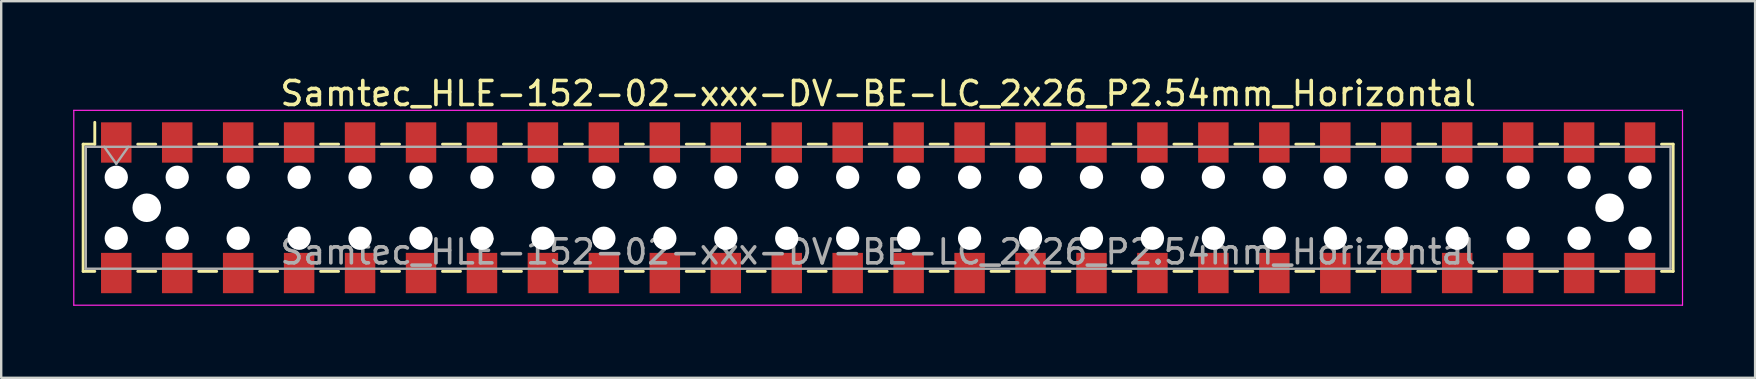
<source format=kicad_pcb>
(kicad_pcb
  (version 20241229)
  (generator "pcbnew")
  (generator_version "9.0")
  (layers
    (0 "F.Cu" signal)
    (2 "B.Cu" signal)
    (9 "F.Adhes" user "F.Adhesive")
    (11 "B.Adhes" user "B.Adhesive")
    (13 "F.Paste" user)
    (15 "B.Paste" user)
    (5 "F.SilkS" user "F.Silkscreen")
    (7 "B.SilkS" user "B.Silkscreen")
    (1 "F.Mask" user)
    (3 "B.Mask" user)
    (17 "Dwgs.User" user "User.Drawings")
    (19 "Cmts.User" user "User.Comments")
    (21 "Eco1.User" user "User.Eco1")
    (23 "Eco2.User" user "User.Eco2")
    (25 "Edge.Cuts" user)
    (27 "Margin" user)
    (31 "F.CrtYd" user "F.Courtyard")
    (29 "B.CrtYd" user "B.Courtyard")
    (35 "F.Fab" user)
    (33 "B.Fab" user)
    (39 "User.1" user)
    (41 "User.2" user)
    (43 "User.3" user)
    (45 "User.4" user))
  (footprint "Samtec_HLE-152-02-xxx-DV-BE-LC_2x26_P2.54mm_Horizontal"
    (layer "F.Cu")
    (at 33.545 5.608)
    (property "Reference" "Samtec_HLE-152-02-xxx-DV-BE-LC_2x26_P2.54mm_Horizontal" (at 0 -4.76 0) (layer "F.SilkS") (effects (font (size 1 1) (thickness 0.15))))
    (attr smd)
    (fp_line (start -33.13 -2.65) (end -33.13 2.65) (stroke (width 0.12) (type solid)) (layer "F.SilkS"))
    (fp_line (start -33.13 2.65) (end -32.645 2.65) (stroke (width 0.12) (type solid)) (layer "F.SilkS"))
    (fp_line (start -32.645 -3.56) (end -32.645 -2.65) (stroke (width 0.12) (type solid)) (layer "F.SilkS"))
    (fp_line (start -32.645 -2.65) (end -33.13 -2.65) (stroke (width 0.12) (type solid)) (layer "F.SilkS"))
    (fp_line (start -30.855 -2.65) (end -30.105 -2.65) (stroke (width 0.12) (type solid)) (layer "F.SilkS"))
    (fp_line (start -30.855 2.65) (end -30.105 2.65) (stroke (width 0.12) (type solid)) (layer "F.SilkS"))
    (fp_line (start -28.315 -2.65) (end -27.565 -2.65) (stroke (width 0.12) (type solid)) (layer "F.SilkS"))
    (fp_line (start -28.315 2.65) (end -27.565 2.65) (stroke (width 0.12) (type solid)) (layer "F.SilkS"))
    (fp_line (start -25.775 -2.65) (end -25.025 -2.65) (stroke (width 0.12) (type solid)) (layer "F.SilkS"))
    (fp_line (start -25.775 2.65) (end -25.025 2.65) (stroke (width 0.12) (type solid)) (layer "F.SilkS"))
    (fp_line (start -23.235 -2.65) (end -22.485 -2.65) (stroke (width 0.12) (type solid)) (layer "F.SilkS"))
    (fp_line (start -23.235 2.65) (end -22.485 2.65) (stroke (width 0.12) (type solid)) (layer "F.SilkS"))
    (fp_line (start -20.695 -2.65) (end -19.945 -2.65) (stroke (width 0.12) (type solid)) (layer "F.SilkS"))
    (fp_line (start -20.695 2.65) (end -19.945 2.65) (stroke (width 0.12) (type solid)) (layer "F.SilkS"))
    (fp_line (start -18.155 -2.65) (end -17.405 -2.65) (stroke (width 0.12) (type solid)) (layer "F.SilkS"))
    (fp_line (start -18.155 2.65) (end -17.405 2.65) (stroke (width 0.12) (type solid)) (layer "F.SilkS"))
    (fp_line (start -15.615 -2.65) (end -14.865 -2.65) (stroke (width 0.12) (type solid)) (layer "F.SilkS"))
    (fp_line (start -15.615 2.65) (end -14.865 2.65) (stroke (width 0.12) (type solid)) (layer "F.SilkS"))
    (fp_line (start -13.075 -2.65) (end -12.325 -2.65) (stroke (width 0.12) (type solid)) (layer "F.SilkS"))
    (fp_line (start -13.075 2.65) (end -12.325 2.65) (stroke (width 0.12) (type solid)) (layer "F.SilkS"))
    (fp_line (start -10.535 -2.65) (end -9.785 -2.65) (stroke (width 0.12) (type solid)) (layer "F.SilkS"))
    (fp_line (start -10.535 2.65) (end -9.785 2.65) (stroke (width 0.12) (type solid)) (layer "F.SilkS"))
    (fp_line (start -7.995 -2.65) (end -7.245 -2.65) (stroke (width 0.12) (type solid)) (layer "F.SilkS"))
    (fp_line (start -7.995 2.65) (end -7.245 2.65) (stroke (width 0.12) (type solid)) (layer "F.SilkS"))
    (fp_line (start -5.455 -2.65) (end -4.705 -2.65) (stroke (width 0.12) (type solid)) (layer "F.SilkS"))
    (fp_line (start -5.455 2.65) (end -4.705 2.65) (stroke (width 0.12) (type solid)) (layer "F.SilkS"))
    (fp_line (start -2.915 -2.65) (end -2.165 -2.65) (stroke (width 0.12) (type solid)) (layer "F.SilkS"))
    (fp_line (start -2.915 2.65) (end -2.165 2.65) (stroke (width 0.12) (type solid)) (layer "F.SilkS"))
    (fp_line (start -0.375 -2.65) (end 0.375 -2.65) (stroke (width 0.12) (type solid)) (layer "F.SilkS"))
    (fp_line (start -0.375 2.65) (end 0.375 2.65) (stroke (width 0.12) (type solid)) (layer "F.SilkS"))
    (fp_line (start 2.165 -2.65) (end 2.915 -2.65) (stroke (width 0.12) (type solid)) (layer "F.SilkS"))
    (fp_line (start 2.165 2.65) (end 2.915 2.65) (stroke (width 0.12) (type solid)) (layer "F.SilkS"))
    (fp_line (start 4.705 -2.65) (end 5.455 -2.65) (stroke (width 0.12) (type solid)) (layer "F.SilkS"))
    (fp_line (start 4.705 2.65) (end 5.455 2.65) (stroke (width 0.12) (type solid)) (layer "F.SilkS"))
    (fp_line (start 7.245 -2.65) (end 7.995 -2.65) (stroke (width 0.12) (type solid)) (layer "F.SilkS"))
    (fp_line (start 7.245 2.65) (end 7.995 2.65) (stroke (width 0.12) (type solid)) (layer "F.SilkS"))
    (fp_line (start 9.785 -2.65) (end 10.535 -2.65) (stroke (width 0.12) (type solid)) (layer "F.SilkS"))
    (fp_line (start 9.785 2.65) (end 10.535 2.65) (stroke (width 0.12) (type solid)) (layer "F.SilkS"))
    (fp_line (start 12.325 -2.65) (end 13.075 -2.65) (stroke (width 0.12) (type solid)) (layer "F.SilkS"))
    (fp_line (start 12.325 2.65) (end 13.075 2.65) (stroke (width 0.12) (type solid)) (layer "F.SilkS"))
    (fp_line (start 14.865 -2.65) (end 15.615 -2.65) (stroke (width 0.12) (type solid)) (layer "F.SilkS"))
    (fp_line (start 14.865 2.65) (end 15.615 2.65) (stroke (width 0.12) (type solid)) (layer "F.SilkS"))
    (fp_line (start 17.405 -2.65) (end 18.155 -2.65) (stroke (width 0.12) (type solid)) (layer "F.SilkS"))
    (fp_line (start 17.405 2.65) (end 18.155 2.65) (stroke (width 0.12) (type solid)) (layer "F.SilkS"))
    (fp_line (start 19.945 -2.65) (end 20.695 -2.65) (stroke (width 0.12) (type solid)) (layer "F.SilkS"))
    (fp_line (start 19.945 2.65) (end 20.695 2.65) (stroke (width 0.12) (type solid)) (layer "F.SilkS"))
    (fp_line (start 22.485 -2.65) (end 23.235 -2.65) (stroke (width 0.12) (type solid)) (layer "F.SilkS"))
    (fp_line (start 22.485 2.65) (end 23.235 2.65) (stroke (width 0.12) (type solid)) (layer "F.SilkS"))
    (fp_line (start 25.025 -2.65) (end 25.775 -2.65) (stroke (width 0.12) (type solid)) (layer "F.SilkS"))
    (fp_line (start 25.025 2.65) (end 25.775 2.65) (stroke (width 0.12) (type solid)) (layer "F.SilkS"))
    (fp_line (start 27.565 -2.65) (end 28.315 -2.65) (stroke (width 0.12) (type solid)) (layer "F.SilkS"))
    (fp_line (start 27.565 2.65) (end 28.315 2.65) (stroke (width 0.12) (type solid)) (layer "F.SilkS"))
    (fp_line (start 30.105 -2.65) (end 30.855 -2.65) (stroke (width 0.12) (type solid)) (layer "F.SilkS"))
    (fp_line (start 30.105 2.65) (end 30.855 2.65) (stroke (width 0.12) (type solid)) (layer "F.SilkS"))
    (fp_line (start 32.645 -2.65) (end 33.13 -2.65) (stroke (width 0.12) (type solid)) (layer "F.SilkS"))
    (fp_line (start 33.13 -2.65) (end 33.13 2.65) (stroke (width 0.12) (type solid)) (layer "F.SilkS"))
    (fp_line (start 33.13 2.65) (end 32.645 2.65) (stroke (width 0.12) (type solid)) (layer "F.SilkS"))
    (fp_line (start -33.52 -4.06) (end 33.52 -4.06) (stroke (width 0.05) (type solid)) (layer "F.CrtYd"))
    (fp_line (start -33.52 4.06) (end -33.52 -4.06) (stroke (width 0.05) (type solid)) (layer "F.CrtYd"))
    (fp_line (start 33.52 -4.06) (end 33.52 4.06) (stroke (width 0.05) (type solid)) (layer "F.CrtYd"))
    (fp_line (start 33.52 4.06) (end -33.52 4.06) (stroke (width 0.05) (type solid)) (layer "F.CrtYd"))
    (fp_line (start -33.02 -2.54) (end 33.02 -2.54) (stroke (width 0.1) (type solid)) (layer "F.Fab"))
    (fp_line (start -33.02 2.54) (end -33.02 -2.54) (stroke (width 0.1) (type solid)) (layer "F.Fab"))
    (fp_line (start -32.25 -2.54) (end -31.75 -1.833) (stroke (width 0.1) (type solid)) (layer "F.Fab"))
    (fp_line (start -31.75 -1.833) (end -31.25 -2.54) (stroke (width 0.1) (type solid)) (layer "F.Fab"))
    (fp_line (start 33.02 -2.54) (end 33.02 2.54) (stroke (width 0.1) (type solid)) (layer "F.Fab"))
    (fp_line (start 33.02 2.54) (end -33.02 2.54) (stroke (width 0.1) (type solid)) (layer "F.Fab"))
    (fp_text user "${REFERENCE}" (at 0 1.84 0) (layer "F.Fab") (effects (font (size 1 1) (thickness 0.15))))
    (pad "" np_thru_hole circle (at -31.75 -1.27) (size 0.97 0.97) (drill 0.97) (layers "*.Cu" "*.Mask"))
    (pad "" np_thru_hole circle (at -31.75 1.27) (size 0.97 0.97) (drill 0.97) (layers "*.Cu" "*.Mask"))
    (pad "" np_thru_hole circle (at -30.48 0) (size 1.19 1.19) (drill 1.19) (layers "*.Cu" "*.Mask"))
    (pad "" np_thru_hole circle (at -29.21 -1.27) (size 0.97 0.97) (drill 0.97) (layers "*.Cu" "*.Mask"))
    (pad "" np_thru_hole circle (at -29.21 1.27) (size 0.97 0.97) (drill 0.97) (layers "*.Cu" "*.Mask"))
    (pad "" np_thru_hole circle (at -26.67 -1.27) (size 0.97 0.97) (drill 0.97) (layers "*.Cu" "*.Mask"))
    (pad "" np_thru_hole circle (at -26.67 1.27) (size 0.97 0.97) (drill 0.97) (layers "*.Cu" "*.Mask"))
    (pad "" np_thru_hole circle (at -24.13 -1.27) (size 0.97 0.97) (drill 0.97) (layers "*.Cu" "*.Mask"))
    (pad "" np_thru_hole circle (at -24.13 1.27) (size 0.97 0.97) (drill 0.97) (layers "*.Cu" "*.Mask"))
    (pad "" np_thru_hole circle (at -21.59 -1.27) (size 0.97 0.97) (drill 0.97) (layers "*.Cu" "*.Mask"))
    (pad "" np_thru_hole circle (at -21.59 1.27) (size 0.97 0.97) (drill 0.97) (layers "*.Cu" "*.Mask"))
    (pad "" np_thru_hole circle (at -19.05 -1.27) (size 0.97 0.97) (drill 0.97) (layers "*.Cu" "*.Mask"))
    (pad "" np_thru_hole circle (at -19.05 1.27) (size 0.97 0.97) (drill 0.97) (layers "*.Cu" "*.Mask"))
    (pad "" np_thru_hole circle (at -16.51 -1.27) (size 0.97 0.97) (drill 0.97) (layers "*.Cu" "*.Mask"))
    (pad "" np_thru_hole circle (at -16.51 1.27) (size 0.97 0.97) (drill 0.97) (layers "*.Cu" "*.Mask"))
    (pad "" np_thru_hole circle (at -13.97 -1.27) (size 0.97 0.97) (drill 0.97) (layers "*.Cu" "*.Mask"))
    (pad "" np_thru_hole circle (at -13.97 1.27) (size 0.97 0.97) (drill 0.97) (layers "*.Cu" "*.Mask"))
    (pad "" np_thru_hole circle (at -11.43 -1.27) (size 0.97 0.97) (drill 0.97) (layers "*.Cu" "*.Mask"))
    (pad "" np_thru_hole circle (at -11.43 1.27) (size 0.97 0.97) (drill 0.97) (layers "*.Cu" "*.Mask"))
    (pad "" np_thru_hole circle (at -8.89 -1.27) (size 0.97 0.97) (drill 0.97) (layers "*.Cu" "*.Mask"))
    (pad "" np_thru_hole circle (at -8.89 1.27) (size 0.97 0.97) (drill 0.97) (layers "*.Cu" "*.Mask"))
    (pad "" np_thru_hole circle (at -6.35 -1.27) (size 0.97 0.97) (drill 0.97) (layers "*.Cu" "*.Mask"))
    (pad "" np_thru_hole circle (at -6.35 1.27) (size 0.97 0.97) (drill 0.97) (layers "*.Cu" "*.Mask"))
    (pad "" np_thru_hole circle (at -3.81 -1.27) (size 0.97 0.97) (drill 0.97) (layers "*.Cu" "*.Mask"))
    (pad "" np_thru_hole circle (at -3.81 1.27) (size 0.97 0.97) (drill 0.97) (layers "*.Cu" "*.Mask"))
    (pad "" np_thru_hole circle (at -1.27 -1.27) (size 0.97 0.97) (drill 0.97) (layers "*.Cu" "*.Mask"))
    (pad "" np_thru_hole circle (at -1.27 1.27) (size 0.97 0.97) (drill 0.97) (layers "*.Cu" "*.Mask"))
    (pad "" np_thru_hole circle (at 1.27 -1.27) (size 0.97 0.97) (drill 0.97) (layers "*.Cu" "*.Mask"))
    (pad "" np_thru_hole circle (at 1.27 1.27) (size 0.97 0.97) (drill 0.97) (layers "*.Cu" "*.Mask"))
    (pad "" np_thru_hole circle (at 3.81 -1.27) (size 0.97 0.97) (drill 0.97) (layers "*.Cu" "*.Mask"))
    (pad "" np_thru_hole circle (at 3.81 1.27) (size 0.97 0.97) (drill 0.97) (layers "*.Cu" "*.Mask"))
    (pad "" np_thru_hole circle (at 6.35 -1.27) (size 0.97 0.97) (drill 0.97) (layers "*.Cu" "*.Mask"))
    (pad "" np_thru_hole circle (at 6.35 1.27) (size 0.97 0.97) (drill 0.97) (layers "*.Cu" "*.Mask"))
    (pad "" np_thru_hole circle (at 8.89 -1.27) (size 0.97 0.97) (drill 0.97) (layers "*.Cu" "*.Mask"))
    (pad "" np_thru_hole circle (at 8.89 1.27) (size 0.97 0.97) (drill 0.97) (layers "*.Cu" "*.Mask"))
    (pad "" np_thru_hole circle (at 11.43 -1.27) (size 0.97 0.97) (drill 0.97) (layers "*.Cu" "*.Mask"))
    (pad "" np_thru_hole circle (at 11.43 1.27) (size 0.97 0.97) (drill 0.97) (layers "*.Cu" "*.Mask"))
    (pad "" np_thru_hole circle (at 13.97 -1.27) (size 0.97 0.97) (drill 0.97) (layers "*.Cu" "*.Mask"))
    (pad "" np_thru_hole circle (at 13.97 1.27) (size 0.97 0.97) (drill 0.97) (layers "*.Cu" "*.Mask"))
    (pad "" np_thru_hole circle (at 16.51 -1.27) (size 0.97 0.97) (drill 0.97) (layers "*.Cu" "*.Mask"))
    (pad "" np_thru_hole circle (at 16.51 1.27) (size 0.97 0.97) (drill 0.97) (layers "*.Cu" "*.Mask"))
    (pad "" np_thru_hole circle (at 19.05 -1.27) (size 0.97 0.97) (drill 0.97) (layers "*.Cu" "*.Mask"))
    (pad "" np_thru_hole circle (at 19.05 1.27) (size 0.97 0.97) (drill 0.97) (layers "*.Cu" "*.Mask"))
    (pad "" np_thru_hole circle (at 21.59 -1.27) (size 0.97 0.97) (drill 0.97) (layers "*.Cu" "*.Mask"))
    (pad "" np_thru_hole circle (at 21.59 1.27) (size 0.97 0.97) (drill 0.97) (layers "*.Cu" "*.Mask"))
    (pad "" np_thru_hole circle (at 24.13 -1.27) (size 0.97 0.97) (drill 0.97) (layers "*.Cu" "*.Mask"))
    (pad "" np_thru_hole circle (at 24.13 1.27) (size 0.97 0.97) (drill 0.97) (layers "*.Cu" "*.Mask"))
    (pad "" np_thru_hole circle (at 26.67 -1.27) (size 0.97 0.97) (drill 0.97) (layers "*.Cu" "*.Mask"))
    (pad "" np_thru_hole circle (at 26.67 1.27) (size 0.97 0.97) (drill 0.97) (layers "*.Cu" "*.Mask"))
    (pad "" np_thru_hole circle (at 29.21 -1.27) (size 0.97 0.97) (drill 0.97) (layers "*.Cu" "*.Mask"))
    (pad "" np_thru_hole circle (at 29.21 1.27) (size 0.97 0.97) (drill 0.97) (layers "*.Cu" "*.Mask"))
    (pad "" np_thru_hole circle (at 30.48 0) (size 1.19 1.19) (drill 1.19) (layers "*.Cu" "*.Mask"))
    (pad "" np_thru_hole circle (at 31.75 -1.27) (size 0.97 0.97) (drill 0.97) (layers "*.Cu" "*.Mask"))
    (pad "" np_thru_hole circle (at 31.75 1.27) (size 0.97 0.97) (drill 0.97) (layers "*.Cu" "*.Mask"))
    (pad "1" smd rect (at -31.75 -2.72) (size 1.27 1.68) (layers "F.Cu" "F.Mask" "F.Paste"))
    (pad "2" smd rect (at -31.75 2.72) (size 1.27 1.68) (layers "F.Cu" "F.Mask" "F.Paste"))
    (pad "3" smd rect (at -29.21 -2.72) (size 1.27 1.68) (layers "F.Cu" "F.Mask" "F.Paste"))
    (pad "4" smd rect (at -29.21 2.72) (size 1.27 1.68) (layers "F.Cu" "F.Mask" "F.Paste"))
    (pad "5" smd rect (at -26.67 -2.72) (size 1.27 1.68) (layers "F.Cu" "F.Mask" "F.Paste"))
    (pad "6" smd rect (at -26.67 2.72) (size 1.27 1.68) (layers "F.Cu" "F.Mask" "F.Paste"))
    (pad "7" smd rect (at -24.13 -2.72) (size 1.27 1.68) (layers "F.Cu" "F.Mask" "F.Paste"))
    (pad "8" smd rect (at -24.13 2.72) (size 1.27 1.68) (layers "F.Cu" "F.Mask" "F.Paste"))
    (pad "9" smd rect (at -21.59 -2.72) (size 1.27 1.68) (layers "F.Cu" "F.Mask" "F.Paste"))
    (pad "10" smd rect (at -21.59 2.72) (size 1.27 1.68) (layers "F.Cu" "F.Mask" "F.Paste"))
    (pad "11" smd rect (at -19.05 -2.72) (size 1.27 1.68) (layers "F.Cu" "F.Mask" "F.Paste"))
    (pad "12" smd rect (at -19.05 2.72) (size 1.27 1.68) (layers "F.Cu" "F.Mask" "F.Paste"))
    (pad "13" smd rect (at -16.51 -2.72) (size 1.27 1.68) (layers "F.Cu" "F.Mask" "F.Paste"))
    (pad "14" smd rect (at -16.51 2.72) (size 1.27 1.68) (layers "F.Cu" "F.Mask" "F.Paste"))
    (pad "15" smd rect (at -13.97 -2.72) (size 1.27 1.68) (layers "F.Cu" "F.Mask" "F.Paste"))
    (pad "16" smd rect (at -13.97 2.72) (size 1.27 1.68) (layers "F.Cu" "F.Mask" "F.Paste"))
    (pad "17" smd rect (at -11.43 -2.72) (size 1.27 1.68) (layers "F.Cu" "F.Mask" "F.Paste"))
    (pad "18" smd rect (at -11.43 2.72) (size 1.27 1.68) (layers "F.Cu" "F.Mask" "F.Paste"))
    (pad "19" smd rect (at -8.89 -2.72) (size 1.27 1.68) (layers "F.Cu" "F.Mask" "F.Paste"))
    (pad "20" smd rect (at -8.89 2.72) (size 1.27 1.68) (layers "F.Cu" "F.Mask" "F.Paste"))
    (pad "21" smd rect (at -6.35 -2.72) (size 1.27 1.68) (layers "F.Cu" "F.Mask" "F.Paste"))
    (pad "22" smd rect (at -6.35 2.72) (size 1.27 1.68) (layers "F.Cu" "F.Mask" "F.Paste"))
    (pad "23" smd rect (at -3.81 -2.72) (size 1.27 1.68) (layers "F.Cu" "F.Mask" "F.Paste"))
    (pad "24" smd rect (at -3.81 2.72) (size 1.27 1.68) (layers "F.Cu" "F.Mask" "F.Paste"))
    (pad "25" smd rect (at -1.27 -2.72) (size 1.27 1.68) (layers "F.Cu" "F.Mask" "F.Paste"))
    (pad "26" smd rect (at -1.27 2.72) (size 1.27 1.68) (layers "F.Cu" "F.Mask" "F.Paste"))
    (pad "27" smd rect (at 1.27 -2.72) (size 1.27 1.68) (layers "F.Cu" "F.Mask" "F.Paste"))
    (pad "28" smd rect (at 1.27 2.72) (size 1.27 1.68) (layers "F.Cu" "F.Mask" "F.Paste"))
    (pad "29" smd rect (at 3.81 -2.72) (size 1.27 1.68) (layers "F.Cu" "F.Mask" "F.Paste"))
    (pad "30" smd rect (at 3.81 2.72) (size 1.27 1.68) (layers "F.Cu" "F.Mask" "F.Paste"))
    (pad "31" smd rect (at 6.35 -2.72) (size 1.27 1.68) (layers "F.Cu" "F.Mask" "F.Paste"))
    (pad "32" smd rect (at 6.35 2.72) (size 1.27 1.68) (layers "F.Cu" "F.Mask" "F.Paste"))
    (pad "33" smd rect (at 8.89 -2.72) (size 1.27 1.68) (layers "F.Cu" "F.Mask" "F.Paste"))
    (pad "34" smd rect (at 8.89 2.72) (size 1.27 1.68) (layers "F.Cu" "F.Mask" "F.Paste"))
    (pad "35" smd rect (at 11.43 -2.72) (size 1.27 1.68) (layers "F.Cu" "F.Mask" "F.Paste"))
    (pad "36" smd rect (at 11.43 2.72) (size 1.27 1.68) (layers "F.Cu" "F.Mask" "F.Paste"))
    (pad "37" smd rect (at 13.97 -2.72) (size 1.27 1.68) (layers "F.Cu" "F.Mask" "F.Paste"))
    (pad "38" smd rect (at 13.97 2.72) (size 1.27 1.68) (layers "F.Cu" "F.Mask" "F.Paste"))
    (pad "39" smd rect (at 16.51 -2.72) (size 1.27 1.68) (layers "F.Cu" "F.Mask" "F.Paste"))
    (pad "40" smd rect (at 16.51 2.72) (size 1.27 1.68) (layers "F.Cu" "F.Mask" "F.Paste"))
    (pad "41" smd rect (at 19.05 -2.72) (size 1.27 1.68) (layers "F.Cu" "F.Mask" "F.Paste"))
    (pad "42" smd rect (at 19.05 2.72) (size 1.27 1.68) (layers "F.Cu" "F.Mask" "F.Paste"))
    (pad "43" smd rect (at 21.59 -2.72) (size 1.27 1.68) (layers "F.Cu" "F.Mask" "F.Paste"))
    (pad "44" smd rect (at 21.59 2.72) (size 1.27 1.68) (layers "F.Cu" "F.Mask" "F.Paste"))
    (pad "45" smd rect (at 24.13 -2.72) (size 1.27 1.68) (layers "F.Cu" "F.Mask" "F.Paste"))
    (pad "46" smd rect (at 24.13 2.72) (size 1.27 1.68) (layers "F.Cu" "F.Mask" "F.Paste"))
    (pad "47" smd rect (at 26.67 -2.72) (size 1.27 1.68) (layers "F.Cu" "F.Mask" "F.Paste"))
    (pad "48" smd rect (at 26.67 2.72) (size 1.27 1.68) (layers "F.Cu" "F.Mask" "F.Paste"))
    (pad "49" smd rect (at 29.21 -2.72) (size 1.27 1.68) (layers "F.Cu" "F.Mask" "F.Paste"))
    (pad "50" smd rect (at 29.21 2.72) (size 1.27 1.68) (layers "F.Cu" "F.Mask" "F.Paste"))
    (pad "51" smd rect (at 31.75 -2.72) (size 1.27 1.68) (layers "F.Cu" "F.Mask" "F.Paste"))
    (pad "52" smd rect (at 31.75 2.72) (size 1.27 1.68) (layers "F.Cu" "F.Mask" "F.Paste")))
  (gr_rect
    (start -3 -3)
    (end 70.09 12.693)
    (stroke (width 0.1) (type default))
    (fill no)
    (layer "Edge.Cuts")))
</source>
